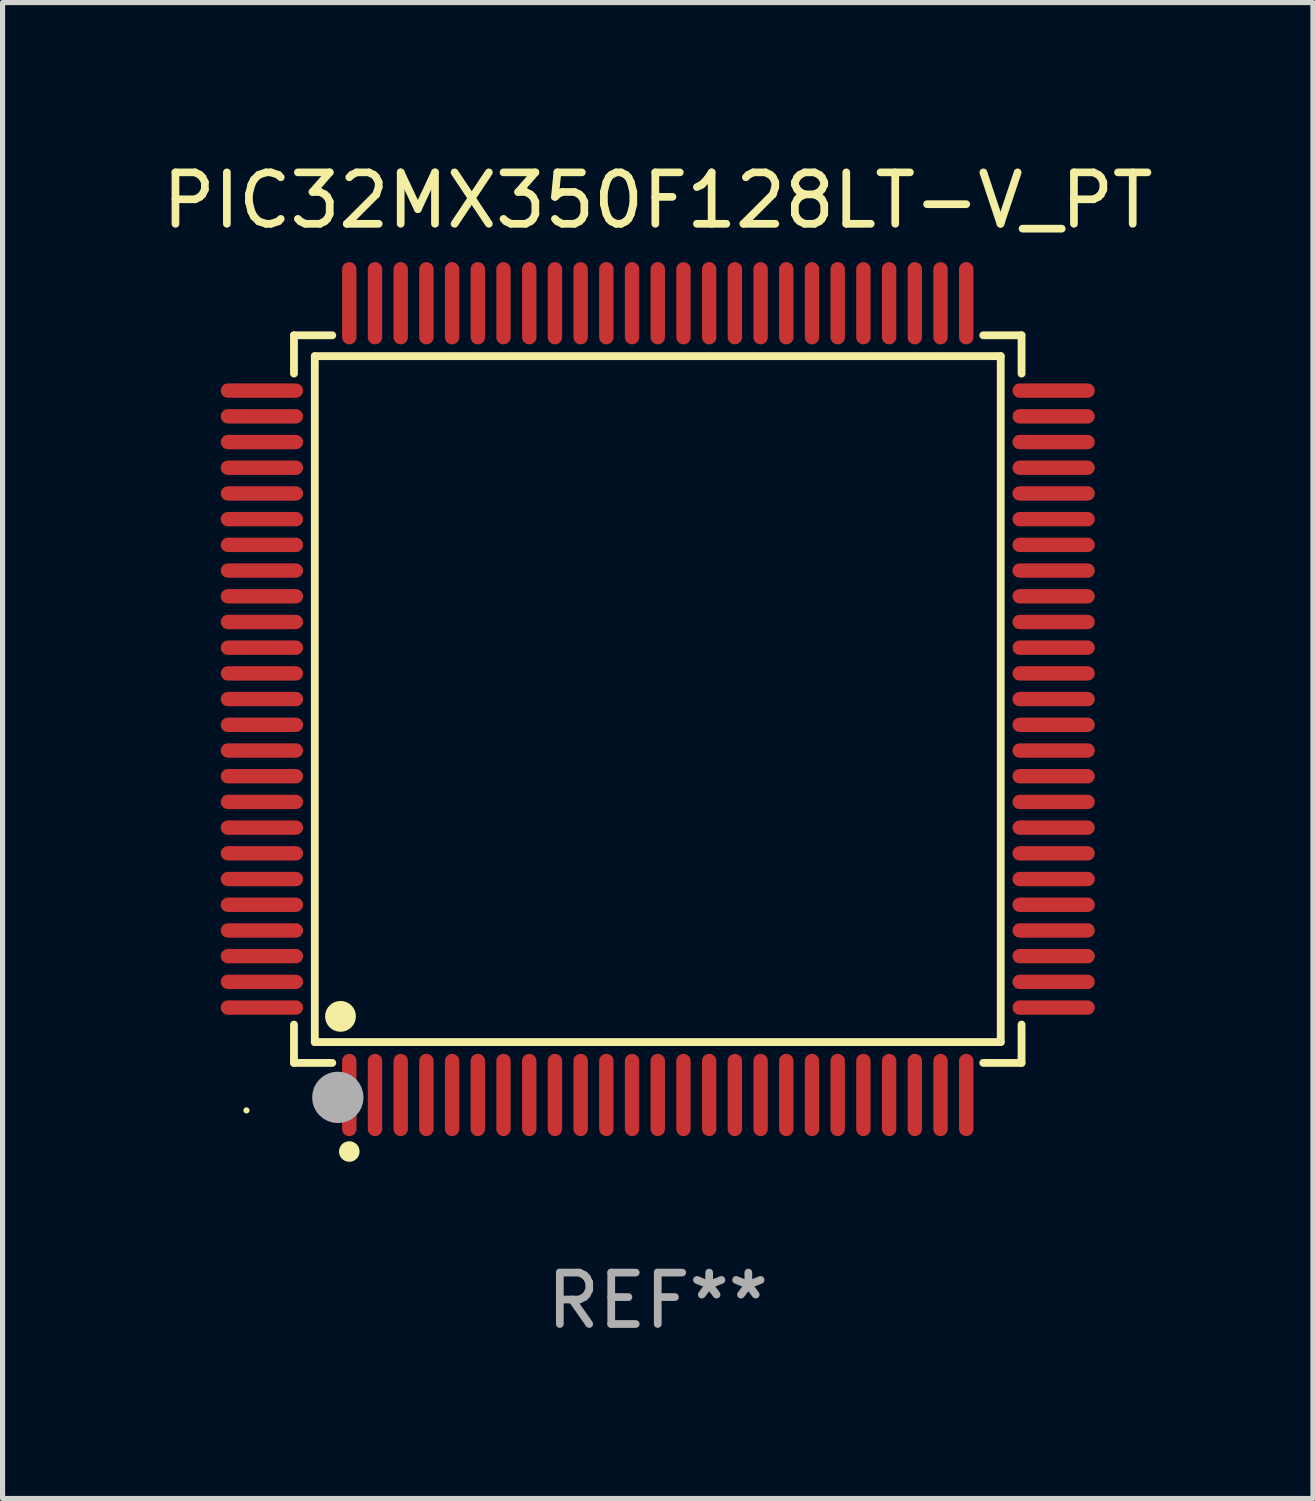
<source format=kicad_pcb>
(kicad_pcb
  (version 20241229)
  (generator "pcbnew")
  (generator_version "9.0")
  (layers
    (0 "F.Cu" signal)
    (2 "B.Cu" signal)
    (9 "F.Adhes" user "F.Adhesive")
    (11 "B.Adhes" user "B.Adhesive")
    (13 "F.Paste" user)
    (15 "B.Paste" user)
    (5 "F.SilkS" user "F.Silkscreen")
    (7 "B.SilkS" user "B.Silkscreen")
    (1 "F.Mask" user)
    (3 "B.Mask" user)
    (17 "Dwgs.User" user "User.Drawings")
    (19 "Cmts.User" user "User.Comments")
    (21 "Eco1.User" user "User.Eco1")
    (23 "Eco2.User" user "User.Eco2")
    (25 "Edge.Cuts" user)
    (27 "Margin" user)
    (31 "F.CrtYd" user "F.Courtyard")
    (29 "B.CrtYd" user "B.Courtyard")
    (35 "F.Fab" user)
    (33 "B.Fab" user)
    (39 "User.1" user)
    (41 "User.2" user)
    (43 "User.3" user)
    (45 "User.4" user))
  (footprint "PIC32MX350F128LT-V_PT"
    (layer "F.Cu")
    (at 9.744 10.548)
    (property "Reference" "PIC32MX350F128LT-V_PT" (at 0 -9.7 0) (layer "F.SilkS") (effects (font (size 1 1) (thickness 0.15))))
    (attr through_hole)
    (fp_line (start -7.076 -7.076) (end -6.331 -7.076) (stroke (width 0.152) (type solid)) (layer "F.SilkS"))
    (fp_line (start -7.076 -6.331) (end -7.076 -7.076) (stroke (width 0.152) (type solid)) (layer "F.SilkS"))
    (fp_line (start -7.076 6.331) (end -7.076 7.076) (stroke (width 0.152) (type solid)) (layer "F.SilkS"))
    (fp_line (start -7.076 7.076) (end -6.331 7.076) (stroke (width 0.152) (type solid)) (layer "F.SilkS"))
    (fp_line (start -6.671 -6.671) (end 6.671 -6.671) (stroke (width 0.152) (type solid)) (layer "F.SilkS"))
    (fp_line (start -6.671 6.671) (end -6.671 -6.671) (stroke (width 0.152) (type solid)) (layer "F.SilkS"))
    (fp_line (start 6.671 -6.671) (end 6.671 6.671) (stroke (width 0.152) (type solid)) (layer "F.SilkS"))
    (fp_line (start 6.671 6.671) (end -6.671 6.671) (stroke (width 0.152) (type solid)) (layer "F.SilkS"))
    (fp_line (start 7.076 -7.076) (end 6.331 -7.076) (stroke (width 0.152) (type solid)) (layer "F.SilkS"))
    (fp_line (start 7.076 -6.331) (end 7.076 -7.076) (stroke (width 0.152) (type solid)) (layer "F.SilkS"))
    (fp_line (start 7.076 6.331) (end 7.076 7.076) (stroke (width 0.152) (type solid)) (layer "F.SilkS"))
    (fp_line (start 7.076 7.076) (end 6.331 7.076) (stroke (width 0.152) (type solid)) (layer "F.SilkS"))
    (fp_circle (center -8 8) (end -7.97 8) (stroke (width 0.06) (type solid)) (fill no) (layer "F.SilkS"))
    (fp_circle (center -6.171 6.171) (end -6.021 6.171) (stroke (width 0.3) (type solid)) (fill no) (layer "F.SilkS"))
    (fp_circle (center -6 8.8) (end -5.9 8.8) (stroke (width 0.2) (type solid)) (fill no) (layer "F.SilkS"))
    (fp_circle (center -6.223 7.747) (end -5.973 7.747) (stroke (width 0.5) (type solid)) (fill no) (layer "F.Fab"))
    (fp_text user "REF**" (at 0 11.7 0) (layer "F.Fab") (effects (font (size 1 1) (thickness 0.15))))
    (pad "1" smd oval (at -6 7.7) (size 0.28 1.6) (layers "F.Cu" "F.Mask" "F.Paste"))
    (pad "2" smd oval (at -5.5 7.7) (size 0.28 1.6) (layers "F.Cu" "F.Mask" "F.Paste"))
    (pad "3" smd oval (at -5 7.7) (size 0.28 1.6) (layers "F.Cu" "F.Mask" "F.Paste"))
    (pad "4" smd oval (at -4.5 7.7) (size 0.28 1.6) (layers "F.Cu" "F.Mask" "F.Paste"))
    (pad "5" smd oval (at -4 7.7) (size 0.28 1.6) (layers "F.Cu" "F.Mask" "F.Paste"))
    (pad "6" smd oval (at -3.5 7.7) (size 0.28 1.6) (layers "F.Cu" "F.Mask" "F.Paste"))
    (pad "7" smd oval (at -3 7.7) (size 0.28 1.6) (layers "F.Cu" "F.Mask" "F.Paste"))
    (pad "8" smd oval (at -2.5 7.7) (size 0.28 1.6) (layers "F.Cu" "F.Mask" "F.Paste"))
    (pad "9" smd oval (at -2 7.7) (size 0.28 1.6) (layers "F.Cu" "F.Mask" "F.Paste"))
    (pad "10" smd oval (at -1.5 7.7) (size 0.28 1.6) (layers "F.Cu" "F.Mask" "F.Paste"))
    (pad "11" smd oval (at -1 7.7) (size 0.28 1.6) (layers "F.Cu" "F.Mask" "F.Paste"))
    (pad "12" smd oval (at -0.5 7.7) (size 0.28 1.6) (layers "F.Cu" "F.Mask" "F.Paste"))
    (pad "13" smd oval (at 0 7.7) (size 0.28 1.6) (layers "F.Cu" "F.Mask" "F.Paste"))
    (pad "14" smd oval (at 0.5 7.7) (size 0.28 1.6) (layers "F.Cu" "F.Mask" "F.Paste"))
    (pad "15" smd oval (at 1 7.7) (size 0.28 1.6) (layers "F.Cu" "F.Mask" "F.Paste"))
    (pad "16" smd oval (at 1.5 7.7) (size 0.28 1.6) (layers "F.Cu" "F.Mask" "F.Paste"))
    (pad "17" smd oval (at 2 7.7) (size 0.28 1.6) (layers "F.Cu" "F.Mask" "F.Paste"))
    (pad "18" smd oval (at 2.5 7.7) (size 0.28 1.6) (layers "F.Cu" "F.Mask" "F.Paste"))
    (pad "19" smd oval (at 3 7.7) (size 0.28 1.6) (layers "F.Cu" "F.Mask" "F.Paste"))
    (pad "20" smd oval (at 3.5 7.7) (size 0.28 1.6) (layers "F.Cu" "F.Mask" "F.Paste"))
    (pad "21" smd oval (at 4 7.7) (size 0.28 1.6) (layers "F.Cu" "F.Mask" "F.Paste"))
    (pad "22" smd oval (at 4.5 7.7) (size 0.28 1.6) (layers "F.Cu" "F.Mask" "F.Paste"))
    (pad "23" smd oval (at 5 7.7) (size 0.28 1.6) (layers "F.Cu" "F.Mask" "F.Paste"))
    (pad "24" smd oval (at 5.5 7.7) (size 0.28 1.6) (layers "F.Cu" "F.Mask" "F.Paste"))
    (pad "25" smd oval (at 6 7.7) (size 0.28 1.6) (layers "F.Cu" "F.Mask" "F.Paste"))
    (pad "26" smd oval (at 7.7 6) (size 1.6 0.28) (layers "F.Cu" "F.Mask" "F.Paste"))
    (pad "27" smd oval (at 7.7 5.5) (size 1.6 0.28) (layers "F.Cu" "F.Mask" "F.Paste"))
    (pad "28" smd oval (at 7.7 5) (size 1.6 0.28) (layers "F.Cu" "F.Mask" "F.Paste"))
    (pad "29" smd oval (at 7.7 4.5) (size 1.6 0.28) (layers "F.Cu" "F.Mask" "F.Paste"))
    (pad "30" smd oval (at 7.7 4) (size 1.6 0.28) (layers "F.Cu" "F.Mask" "F.Paste"))
    (pad "31" smd oval (at 7.7 3.5) (size 1.6 0.28) (layers "F.Cu" "F.Mask" "F.Paste"))
    (pad "32" smd oval (at 7.7 3) (size 1.6 0.28) (layers "F.Cu" "F.Mask" "F.Paste"))
    (pad "33" smd oval (at 7.7 2.5) (size 1.6 0.28) (layers "F.Cu" "F.Mask" "F.Paste"))
    (pad "34" smd oval (at 7.7 2) (size 1.6 0.28) (layers "F.Cu" "F.Mask" "F.Paste"))
    (pad "35" smd oval (at 7.7 1.5) (size 1.6 0.28) (layers "F.Cu" "F.Mask" "F.Paste"))
    (pad "36" smd oval (at 7.7 1) (size 1.6 0.28) (layers "F.Cu" "F.Mask" "F.Paste"))
    (pad "37" smd oval (at 7.7 0.5) (size 1.6 0.28) (layers "F.Cu" "F.Mask" "F.Paste"))
    (pad "38" smd oval (at 7.7 0) (size 1.6 0.28) (layers "F.Cu" "F.Mask" "F.Paste"))
    (pad "39" smd oval (at 7.7 -0.5) (size 1.6 0.28) (layers "F.Cu" "F.Mask" "F.Paste"))
    (pad "40" smd oval (at 7.7 -1) (size 1.6 0.28) (layers "F.Cu" "F.Mask" "F.Paste"))
    (pad "41" smd oval (at 7.7 -1.5) (size 1.6 0.28) (layers "F.Cu" "F.Mask" "F.Paste"))
    (pad "42" smd oval (at 7.7 -2) (size 1.6 0.28) (layers "F.Cu" "F.Mask" "F.Paste"))
    (pad "43" smd oval (at 7.7 -2.5) (size 1.6 0.28) (layers "F.Cu" "F.Mask" "F.Paste"))
    (pad "44" smd oval (at 7.7 -3) (size 1.6 0.28) (layers "F.Cu" "F.Mask" "F.Paste"))
    (pad "45" smd oval (at 7.7 -3.5) (size 1.6 0.28) (layers "F.Cu" "F.Mask" "F.Paste"))
    (pad "46" smd oval (at 7.7 -4) (size 1.6 0.28) (layers "F.Cu" "F.Mask" "F.Paste"))
    (pad "47" smd oval (at 7.7 -4.5) (size 1.6 0.28) (layers "F.Cu" "F.Mask" "F.Paste"))
    (pad "48" smd oval (at 7.7 -5) (size 1.6 0.28) (layers "F.Cu" "F.Mask" "F.Paste"))
    (pad "49" smd oval (at 7.7 -5.5) (size 1.6 0.28) (layers "F.Cu" "F.Mask" "F.Paste"))
    (pad "50" smd oval (at 7.7 -6) (size 1.6 0.28) (layers "F.Cu" "F.Mask" "F.Paste"))
    (pad "51" smd oval (at 6 -7.7) (size 0.28 1.6) (layers "F.Cu" "F.Mask" "F.Paste"))
    (pad "52" smd oval (at 5.5 -7.7) (size 0.28 1.6) (layers "F.Cu" "F.Mask" "F.Paste"))
    (pad "53" smd oval (at 5 -7.7) (size 0.28 1.6) (layers "F.Cu" "F.Mask" "F.Paste"))
    (pad "54" smd oval (at 4.5 -7.7) (size 0.28 1.6) (layers "F.Cu" "F.Mask" "F.Paste"))
    (pad "55" smd oval (at 4 -7.7) (size 0.28 1.6) (layers "F.Cu" "F.Mask" "F.Paste"))
    (pad "56" smd oval (at 3.5 -7.7) (size 0.28 1.6) (layers "F.Cu" "F.Mask" "F.Paste"))
    (pad "57" smd oval (at 3 -7.7) (size 0.28 1.6) (layers "F.Cu" "F.Mask" "F.Paste"))
    (pad "58" smd oval (at 2.5 -7.7) (size 0.28 1.6) (layers "F.Cu" "F.Mask" "F.Paste"))
    (pad "59" smd oval (at 2 -7.7) (size 0.28 1.6) (layers "F.Cu" "F.Mask" "F.Paste"))
    (pad "60" smd oval (at 1.5 -7.7) (size 0.28 1.6) (layers "F.Cu" "F.Mask" "F.Paste"))
    (pad "61" smd oval (at 1 -7.7) (size 0.28 1.6) (layers "F.Cu" "F.Mask" "F.Paste"))
    (pad "62" smd oval (at 0.5 -7.7) (size 0.28 1.6) (layers "F.Cu" "F.Mask" "F.Paste"))
    (pad "63" smd oval (at 0 -7.7) (size 0.28 1.6) (layers "F.Cu" "F.Mask" "F.Paste"))
    (pad "64" smd oval (at -0.5 -7.7) (size 0.28 1.6) (layers "F.Cu" "F.Mask" "F.Paste"))
    (pad "65" smd oval (at -1 -7.7) (size 0.28 1.6) (layers "F.Cu" "F.Mask" "F.Paste"))
    (pad "66" smd oval (at -1.5 -7.7) (size 0.28 1.6) (layers "F.Cu" "F.Mask" "F.Paste"))
    (pad "67" smd oval (at -2 -7.7) (size 0.28 1.6) (layers "F.Cu" "F.Mask" "F.Paste"))
    (pad "68" smd oval (at -2.5 -7.7) (size 0.28 1.6) (layers "F.Cu" "F.Mask" "F.Paste"))
    (pad "69" smd oval (at -3 -7.7) (size 0.28 1.6) (layers "F.Cu" "F.Mask" "F.Paste"))
    (pad "70" smd oval (at -3.5 -7.7) (size 0.28 1.6) (layers "F.Cu" "F.Mask" "F.Paste"))
    (pad "71" smd oval (at -4 -7.7) (size 0.28 1.6) (layers "F.Cu" "F.Mask" "F.Paste"))
    (pad "72" smd oval (at -4.5 -7.7) (size 0.28 1.6) (layers "F.Cu" "F.Mask" "F.Paste"))
    (pad "73" smd oval (at -5 -7.7) (size 0.28 1.6) (layers "F.Cu" "F.Mask" "F.Paste"))
    (pad "74" smd oval (at -5.5 -7.7) (size 0.28 1.6) (layers "F.Cu" "F.Mask" "F.Paste"))
    (pad "75" smd oval (at -6 -7.7) (size 0.28 1.6) (layers "F.Cu" "F.Mask" "F.Paste"))
    (pad "76" smd oval (at -7.7 -6) (size 1.6 0.28) (layers "F.Cu" "F.Mask" "F.Paste"))
    (pad "77" smd oval (at -7.7 -5.5) (size 1.6 0.28) (layers "F.Cu" "F.Mask" "F.Paste"))
    (pad "78" smd oval (at -7.7 -5) (size 1.6 0.28) (layers "F.Cu" "F.Mask" "F.Paste"))
    (pad "79" smd oval (at -7.7 -4.5) (size 1.6 0.28) (layers "F.Cu" "F.Mask" "F.Paste"))
    (pad "80" smd oval (at -7.7 -4) (size 1.6 0.28) (layers "F.Cu" "F.Mask" "F.Paste"))
    (pad "81" smd oval (at -7.7 -3.5) (size 1.6 0.28) (layers "F.Cu" "F.Mask" "F.Paste"))
    (pad "82" smd oval (at -7.7 -3) (size 1.6 0.28) (layers "F.Cu" "F.Mask" "F.Paste"))
    (pad "83" smd oval (at -7.7 -2.5) (size 1.6 0.28) (layers "F.Cu" "F.Mask" "F.Paste"))
    (pad "84" smd oval (at -7.7 -2) (size 1.6 0.28) (layers "F.Cu" "F.Mask" "F.Paste"))
    (pad "85" smd oval (at -7.7 -1.5) (size 1.6 0.28) (layers "F.Cu" "F.Mask" "F.Paste"))
    (pad "86" smd oval (at -7.7 -1) (size 1.6 0.28) (layers "F.Cu" "F.Mask" "F.Paste"))
    (pad "87" smd oval (at -7.7 -0.5) (size 1.6 0.28) (layers "F.Cu" "F.Mask" "F.Paste"))
    (pad "88" smd oval (at -7.7 0) (size 1.6 0.28) (layers "F.Cu" "F.Mask" "F.Paste"))
    (pad "89" smd oval (at -7.7 0.5) (size 1.6 0.28) (layers "F.Cu" "F.Mask" "F.Paste"))
    (pad "90" smd oval (at -7.7 1) (size 1.6 0.28) (layers "F.Cu" "F.Mask" "F.Paste"))
    (pad "91" smd oval (at -7.7 1.5) (size 1.6 0.28) (layers "F.Cu" "F.Mask" "F.Paste"))
    (pad "92" smd oval (at -7.7 2) (size 1.6 0.28) (layers "F.Cu" "F.Mask" "F.Paste"))
    (pad "93" smd oval (at -7.7 2.5) (size 1.6 0.28) (layers "F.Cu" "F.Mask" "F.Paste"))
    (pad "94" smd oval (at -7.7 3) (size 1.6 0.28) (layers "F.Cu" "F.Mask" "F.Paste"))
    (pad "95" smd oval (at -7.7 3.5) (size 1.6 0.28) (layers "F.Cu" "F.Mask" "F.Paste"))
    (pad "96" smd oval (at -7.7 4) (size 1.6 0.28) (layers "F.Cu" "F.Mask" "F.Paste"))
    (pad "97" smd oval (at -7.7 4.5) (size 1.6 0.28) (layers "F.Cu" "F.Mask" "F.Paste"))
    (pad "98" smd oval (at -7.7 5) (size 1.6 0.28) (layers "F.Cu" "F.Mask" "F.Paste"))
    (pad "99" smd oval (at -7.7 5.5) (size 1.6 0.28) (layers "F.Cu" "F.Mask" "F.Paste"))
    (pad "100" smd oval (at -7.7 6) (size 1.6 0.28) (layers "F.Cu" "F.Mask" "F.Paste")))
  (gr_rect
    (start -3 -3)
    (end 22.488 26.097)
    (stroke (width 0.1) (type default))
    (fill no)
    (layer "Edge.Cuts")))
</source>
